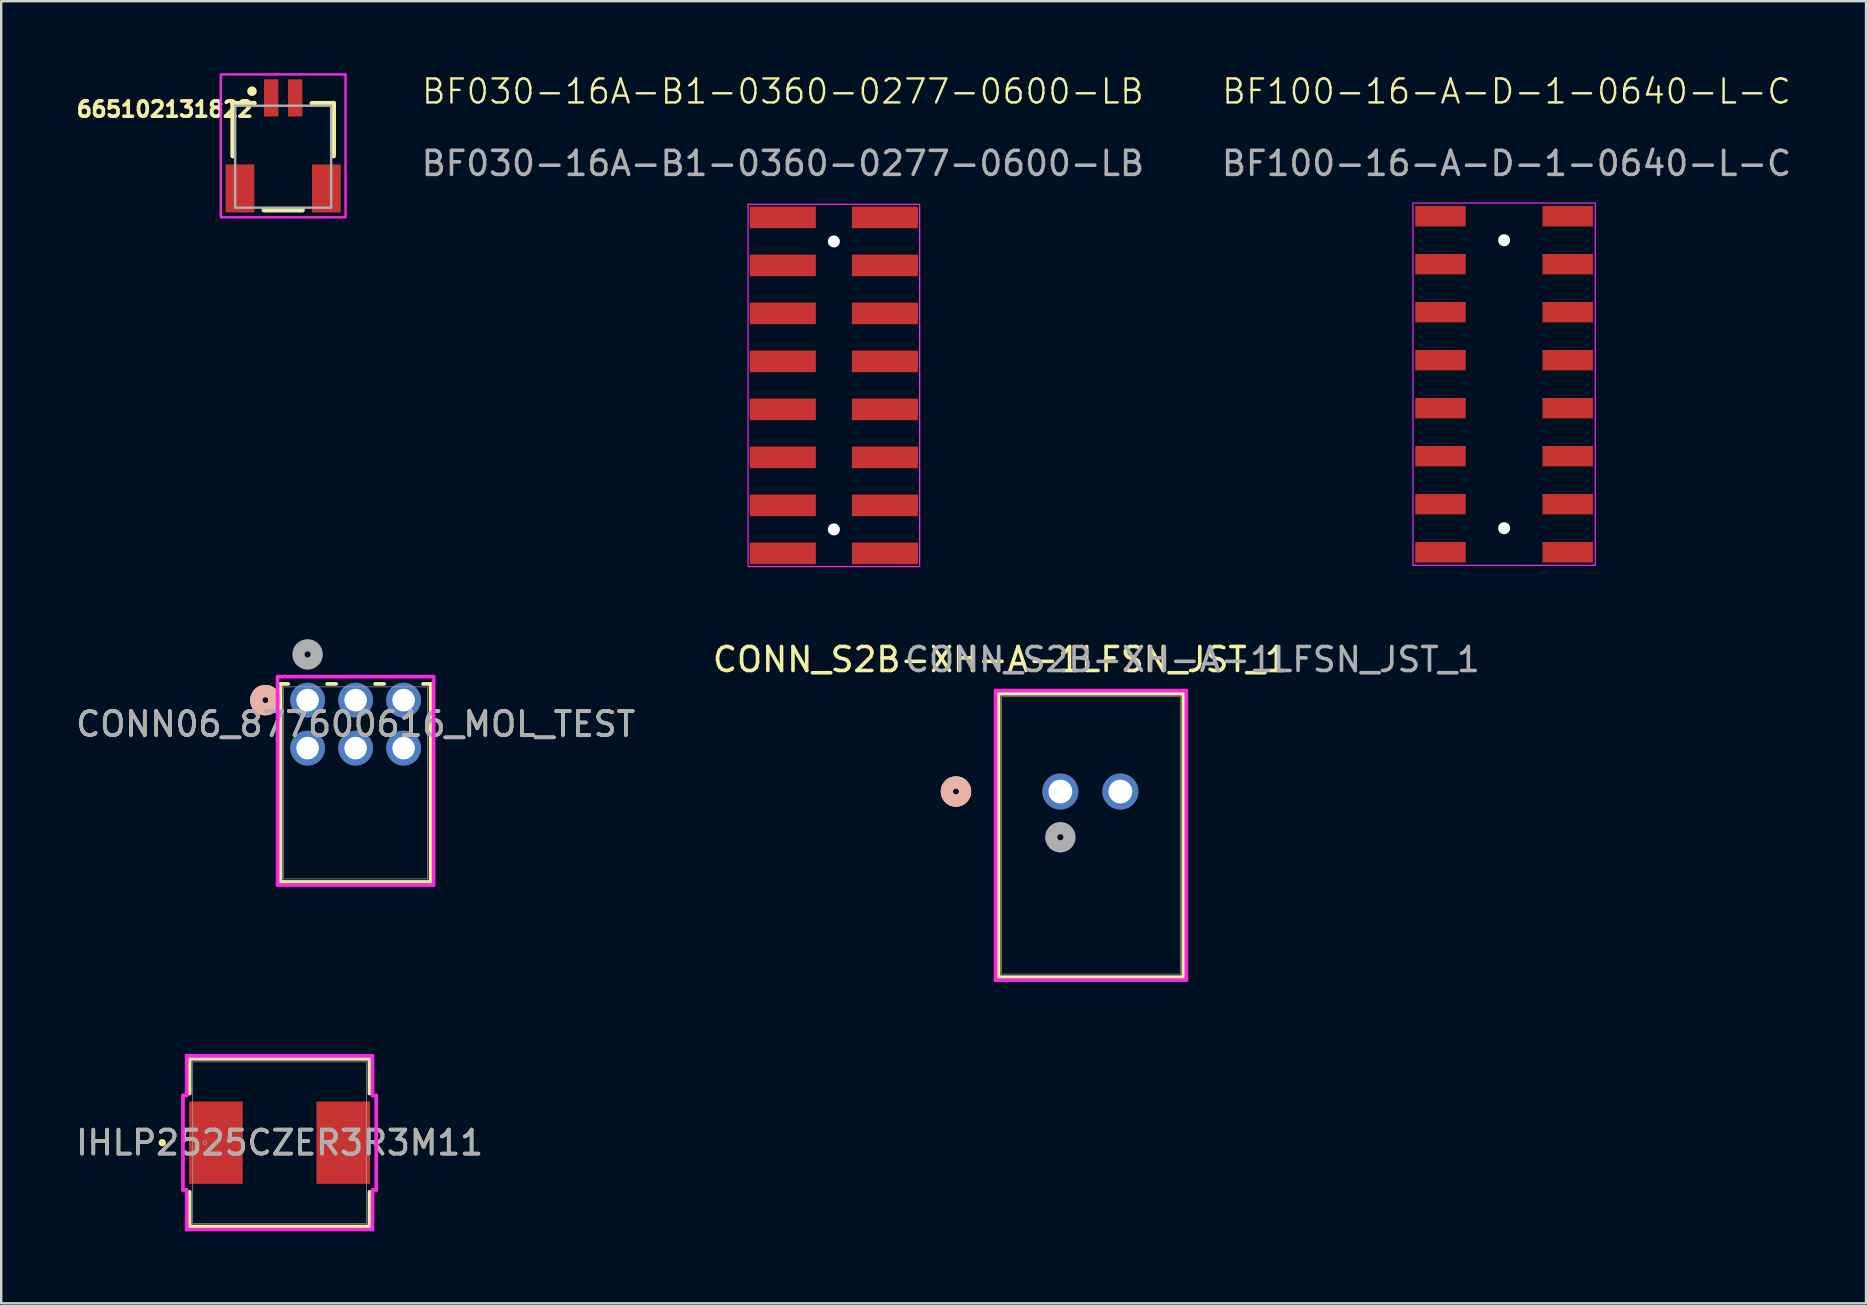
<source format=kicad_pcb>
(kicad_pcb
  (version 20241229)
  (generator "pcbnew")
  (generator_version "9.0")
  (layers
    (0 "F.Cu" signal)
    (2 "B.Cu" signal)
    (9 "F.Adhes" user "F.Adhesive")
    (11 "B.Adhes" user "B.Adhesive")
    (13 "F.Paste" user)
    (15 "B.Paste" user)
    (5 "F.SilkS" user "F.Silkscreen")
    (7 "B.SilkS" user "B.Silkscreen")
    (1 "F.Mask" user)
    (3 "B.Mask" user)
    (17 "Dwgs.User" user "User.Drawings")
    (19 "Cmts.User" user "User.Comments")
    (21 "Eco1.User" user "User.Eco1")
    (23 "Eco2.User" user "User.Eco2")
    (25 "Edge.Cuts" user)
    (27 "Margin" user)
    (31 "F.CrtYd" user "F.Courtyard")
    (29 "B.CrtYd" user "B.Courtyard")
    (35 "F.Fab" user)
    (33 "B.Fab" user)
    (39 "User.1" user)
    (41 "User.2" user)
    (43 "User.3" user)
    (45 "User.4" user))
  (footprint "665102131822"
    (layer "F.Cu")
    (at 8.75 2.95)
    (property "Reference" "665102131822" (at -4.932 -1.446 0) (layer "F.SilkS") (effects (font (size 0.64 0.64) (thickness 0.15))))
    (attr smd)
    (fp_line (start -2.1 -1.695) (end -2.1 0.5) (stroke (width 0.2) (type solid)) (layer "F.SilkS"))
    (fp_line (start -1.2 -1.695) (end -2.1 -1.695) (stroke (width 0.2) (type solid)) (layer "F.SilkS"))
    (fp_line (start -0.8 2.755) (end 0.8 2.755) (stroke (width 0.2) (type solid)) (layer "F.SilkS"))
    (fp_line (start 1.2 -1.695) (end 2.1 -1.695) (stroke (width 0.2) (type solid)) (layer "F.SilkS"))
    (fp_line (start 2.1 -1.695) (end 2.1 0.5) (stroke (width 0.2) (type solid)) (layer "F.SilkS"))
    (fp_circle (center -1.3 -2.2) (end -1.2 -2.2) (stroke (width 0.2) (type solid)) (fill no) (layer "F.SilkS"))
    (fp_poly (pts (xy -2.6 3.055) (xy 2.6 3.055) (xy 2.6 -2.9) (xy -2.6 -2.9)) (stroke (width 0.1) (type solid)) (fill no) (layer "F.CrtYd"))
    (fp_line (start -2 -1.595) (end 2 -1.595) (stroke (width 0.1) (type solid)) (layer "F.Fab"))
    (fp_line (start -2 2.655) (end -2 -1.595) (stroke (width 0.1) (type solid)) (layer "F.Fab"))
    (fp_line (start 2 -1.595) (end 2 2.655) (stroke (width 0.1) (type solid)) (layer "F.Fab"))
    (fp_line (start 2 2.655) (end -2 2.655) (stroke (width 0.1) (type solid)) (layer "F.Fab"))
    (pad "1" smd rect (at -0.5 -1.92) (size 0.6 1.55) (layers "F.Cu" "F.Mask" "F.Paste"))
    (pad "2" smd rect (at 0.5 -1.92) (size 0.6 1.55) (layers "F.Cu" "F.Mask" "F.Paste"))
    (pad "Z1" smd rect (at -1.8 1.855) (size 1.2 2) (layers "F.Cu" "F.Mask" "F.Paste"))
    (pad "Z2" smd rect (at 1.8 1.855) (size 1.2 2) (layers "F.Cu" "F.Mask" "F.Paste")))
  (footprint "BF030-16A-B1-0360-0277-0600-LB"
    (layer "F.Cu")
    (at 29.573 6.011)
    (property "Reference" "BF030-16A-B1-0360-0277-0600-LB" (at 0 -5.25 0) (unlocked yes) (layer "F.SilkS") (effects (font (size 1 1) (thickness 0.1))))
    (attr smd)
    (fp_rect (start -1.45 -0.55) (end 5.7 14.55) (stroke (width 0.05) (type default)) (fill no) (layer "F.CrtYd"))
    (fp_text user "${REFERENCE}" (at 0 -2.25 0) (unlocked yes) (layer "F.Fab") (effects (font (size 1 1) (thickness 0.15))))
    (pad "" np_thru_hole circle (at 2.125 1) (size 0.5 0.5) (drill 1.1) (layers "*.Cu" "*.Mask"))
    (pad "" np_thru_hole circle (at 2.125 13) (size 0.5 0.5) (drill 1.1) (layers "*.Cu" "*.Mask"))
    (pad "a1" smd rect (at 0 0) (size 2.75 0.9) (layers "F.Cu" "F.Mask" "F.Paste"))
    (pad "a2" smd rect (at 0 2) (size 2.75 0.9) (layers "F.Cu" "F.Mask" "F.Paste"))
    (pad "a3" smd rect (at 0 4) (size 2.75 0.9) (layers "F.Cu" "F.Mask" "F.Paste"))
    (pad "a4" smd rect (at 0 6) (size 2.75 0.9) (layers "F.Cu" "F.Mask" "F.Paste"))
    (pad "a5" smd rect (at 0 8) (size 2.75 0.9) (layers "F.Cu" "F.Mask" "F.Paste"))
    (pad "a6" smd rect (at 0 10) (size 2.75 0.9) (layers "F.Cu" "F.Mask" "F.Paste"))
    (pad "a7" smd rect (at 0 12) (size 2.75 0.9) (layers "F.Cu" "F.Mask" "F.Paste"))
    (pad "a8" smd rect (at 0 14) (size 2.75 0.9) (layers "F.Cu" "F.Mask" "F.Paste"))
    (pad "b1" smd rect (at 4.25 0) (size 2.75 0.9) (layers "F.Cu" "F.Mask" "F.Paste"))
    (pad "b2" smd rect (at 4.25 2) (size 2.75 0.9) (layers "F.Cu" "F.Mask" "F.Paste"))
    (pad "b3" smd rect (at 4.25 4) (size 2.75 0.9) (layers "F.Cu" "F.Mask" "F.Paste"))
    (pad "b4" smd rect (at 4.25 6) (size 2.75 0.9) (layers "F.Cu" "F.Mask" "F.Paste"))
    (pad "b5" smd rect (at 4.25 8) (size 2.75 0.9) (layers "F.Cu" "F.Mask" "F.Paste"))
    (pad "b6" smd rect (at 4.25 10) (size 2.75 0.9) (layers "F.Cu" "F.Mask" "F.Paste"))
    (pad "b7" smd rect (at 4.25 12) (size 2.75 0.9) (layers "F.Cu" "F.Mask" "F.Paste"))
    (pad "b8" smd rect (at 4.25 14) (size 2.75 0.9) (layers "F.Cu" "F.Mask" "F.Paste")))
  (footprint "BF100-16-A-D-1-0640-L-C"
    (layer "F.Cu")
    (at 56.978 5.96)
    (property "Reference" "BF100-16-A-D-1-0640-L-C" (at 2.75 -5.2 0) (unlocked yes) (layer "F.SilkS") (effects (font (size 1 1) (thickness 0.1))))
    (attr smd)
    (fp_rect (start -1.15 -0.55) (end 6.45 14.55) (stroke (width 0.05) (type default)) (fill no) (layer "F.CrtYd"))
    (fp_text user "${REFERENCE}" (at 2.75 -2.2 0) (unlocked yes) (layer "F.Fab") (effects (font (size 1 1) (thickness 0.15))))
    (pad "" np_thru_hole circle (at 2.65 1) (size 0.5 0.5) (drill 1.5) (layers "*.Cu" "*.Mask"))
    (pad "" np_thru_hole circle (at 2.65 13) (size 0.5 0.5) (drill 1.5) (layers "*.Cu" "*.Mask"))
    (pad "a1" smd rect (at 0 0) (size 2.1 0.85) (layers "F.Cu" "F.Mask" "F.Paste"))
    (pad "a2" smd rect (at 0 2) (size 2.1 0.85) (layers "F.Cu" "F.Mask" "F.Paste"))
    (pad "a3" smd rect (at 0 4) (size 2.1 0.85) (layers "F.Cu" "F.Mask" "F.Paste"))
    (pad "a4" smd rect (at 0 6) (size 2.1 0.85) (layers "F.Cu" "F.Mask" "F.Paste"))
    (pad "a5" smd rect (at 0 8) (size 2.1 0.85) (layers "F.Cu" "F.Mask" "F.Paste"))
    (pad "a6" smd rect (at 0 10) (size 2.1 0.85) (layers "F.Cu" "F.Mask" "F.Paste"))
    (pad "a7" smd rect (at 0 12) (size 2.1 0.85) (layers "F.Cu" "F.Mask" "F.Paste"))
    (pad "a8" smd rect (at 0 14) (size 2.1 0.85) (layers "F.Cu" "F.Mask" "F.Paste"))
    (pad "b1" smd rect (at 5.3 0) (size 2.1 0.85) (layers "F.Cu" "F.Mask" "F.Paste"))
    (pad "b2" smd rect (at 5.3 2) (size 2.1 0.85) (layers "F.Cu" "F.Mask" "F.Paste"))
    (pad "b3" smd rect (at 5.3 4) (size 2.1 0.85) (layers "F.Cu" "F.Mask" "F.Paste"))
    (pad "b4" smd rect (at 5.3 6) (size 2.1 0.85) (layers "F.Cu" "F.Mask" "F.Paste"))
    (pad "b5" smd rect (at 5.3 8) (size 2.1 0.85) (layers "F.Cu" "F.Mask" "F.Paste"))
    (pad "b6" smd rect (at 5.3 10) (size 2.1 0.85) (layers "F.Cu" "F.Mask" "F.Paste"))
    (pad "b7" smd rect (at 5.3 12) (size 2.1 0.85) (layers "F.Cu" "F.Mask" "F.Paste"))
    (pad "b8" smd rect (at 5.3 14) (size 2.1 0.85) (layers "F.Cu" "F.Mask" "F.Paste")))
  (footprint "CONN_S2B-XH-A-1LFSN_JST_1"
    (layer "F.Cu")
    (at 41.137 29.934)
    (property "Reference" "CONN_S2B-XH-A-1LFSN_JST_1" (at -2.5 -5.5 0) (unlocked yes) (layer "F.SilkS") (effects (font (size 1 1) (thickness 0.15))))
    (attr through_hole)
    (fp_line (start -2.573 -4.077) (end -2.573 7.734) (stroke (width 0.152) (type solid)) (layer "F.SilkS"))
    (fp_line (start -2.573 7.734) (end 5.123 7.734) (stroke (width 0.152) (type solid)) (layer "F.SilkS"))
    (fp_line (start 5.123 -4.077) (end -2.573 -4.077) (stroke (width 0.152) (type solid)) (layer "F.SilkS"))
    (fp_line (start 5.123 7.734) (end 5.123 -4.077) (stroke (width 0.152) (type solid)) (layer "F.SilkS"))
    (fp_circle (center -4.351 0) (end -3.97 0) (stroke (width 0.508) (type solid)) (fill no) (layer "F.SilkS"))
    (fp_circle (center -4.351 0) (end -3.97 0) (stroke (width 0.508) (type solid)) (fill no) (layer "B.SilkS"))
    (fp_line (start -2.7 -4.204) (end -2.7 7.861) (stroke (width 0.152) (type solid)) (layer "F.CrtYd"))
    (fp_line (start -2.7 7.861) (end 5.25 7.861) (stroke (width 0.152) (type solid)) (layer "F.CrtYd"))
    (fp_line (start 5.25 -4.204) (end -2.7 -4.204) (stroke (width 0.152) (type solid)) (layer "F.CrtYd"))
    (fp_line (start 5.25 7.861) (end 5.25 -4.204) (stroke (width 0.152) (type solid)) (layer "F.CrtYd"))
    (fp_line (start -2.446 -3.95) (end -2.446 7.607) (stroke (width 0.025) (type solid)) (layer "F.Fab"))
    (fp_line (start -2.446 7.607) (end 4.996 7.607) (stroke (width 0.025) (type solid)) (layer "F.Fab"))
    (fp_line (start 4.996 -3.95) (end -2.446 -3.95) (stroke (width 0.025) (type solid)) (layer "F.Fab"))
    (fp_line (start 4.996 7.607) (end 4.996 -3.95) (stroke (width 0.025) (type solid)) (layer "F.Fab"))
    (fp_circle (center 0 1.905) (end 0.381 1.905) (stroke (width 0.508) (type solid)) (fill no) (layer "F.Fab"))
    (fp_text user "${REFERENCE}" (at 5.5 -5.5 0) (unlocked yes) (layer "F.Fab") (effects (font (size 1 1) (thickness 0.15))))
    (pad "1" thru_hole circle (at 0 0) (size 1.499 1.499) (drill 0.991) (layers "*.Cu" "*.Mask"))
    (pad "2" thru_hole circle (at 2.5 0) (size 1.499 1.499) (drill 0.991) (layers "*.Cu" "*.Mask")))
  (footprint "IHLP2525CZER3R3M11"
    (layer "F.Cu")
    (at 8.601 44.567)
    (property "Reference" "IHLP2525CZER3R3M11" (at 0 0 0) (unlocked yes) (layer "F.SilkS") (effects (font (size 1 1) (thickness 0.15))))
    (attr smd)
    (fp_line (start -3.747 -3.493) (end -3.747 -2.047) (stroke (width 0.152) (type solid)) (layer "F.SilkS"))
    (fp_line (start -3.747 2.047) (end -3.747 3.493) (stroke (width 0.152) (type solid)) (layer "F.SilkS"))
    (fp_line (start -3.747 3.493) (end 3.747 3.493) (stroke (width 0.152) (type solid)) (layer "F.SilkS"))
    (fp_line (start 3.747 -3.493) (end -3.747 -3.493) (stroke (width 0.152) (type solid)) (layer "F.SilkS"))
    (fp_line (start 3.747 -2.047) (end 3.747 -3.493) (stroke (width 0.152) (type solid)) (layer "F.SilkS"))
    (fp_line (start 3.747 3.493) (end 3.747 2.047) (stroke (width 0.152) (type solid)) (layer "F.SilkS"))
    (fp_circle (center -4.889 0) (end -4.813 0) (stroke (width 0.152) (type solid)) (fill no) (layer "F.SilkS"))
    (fp_line (start -4.026 -1.968) (end -3.873 -1.968) (stroke (width 0.152) (type solid)) (layer "F.CrtYd"))
    (fp_line (start -4.026 1.968) (end -4.026 -1.968) (stroke (width 0.152) (type solid)) (layer "F.CrtYd"))
    (fp_line (start -3.873 -3.619) (end 3.873 -3.619) (stroke (width 0.152) (type solid)) (layer "F.CrtYd"))
    (fp_line (start -3.873 -1.968) (end -3.873 -3.619) (stroke (width 0.152) (type solid)) (layer "F.CrtYd"))
    (fp_line (start -3.873 1.968) (end -4.026 1.968) (stroke (width 0.152) (type solid)) (layer "F.CrtYd"))
    (fp_line (start -3.873 3.619) (end -3.873 1.968) (stroke (width 0.152) (type solid)) (layer "F.CrtYd"))
    (fp_line (start 3.873 -3.619) (end 3.873 -1.968) (stroke (width 0.152) (type solid)) (layer "F.CrtYd"))
    (fp_line (start 3.873 -1.968) (end 4.026 -1.968) (stroke (width 0.152) (type solid)) (layer "F.CrtYd"))
    (fp_line (start 3.873 1.968) (end 3.873 3.619) (stroke (width 0.152) (type solid)) (layer "F.CrtYd"))
    (fp_line (start 3.873 3.619) (end -3.873 3.619) (stroke (width 0.152) (type solid)) (layer "F.CrtYd"))
    (fp_line (start 4.026 -1.968) (end 4.026 1.968) (stroke (width 0.152) (type solid)) (layer "F.CrtYd"))
    (fp_line (start 4.026 1.968) (end 3.873 1.968) (stroke (width 0.152) (type solid)) (layer "F.CrtYd"))
    (fp_line (start -3.619 -3.365) (end -3.619 3.365) (stroke (width 0.025) (type solid)) (layer "F.Fab"))
    (fp_line (start -3.619 3.365) (end 3.619 3.365) (stroke (width 0.025) (type solid)) (layer "F.Fab"))
    (fp_line (start 3.619 -3.365) (end -3.619 -3.365) (stroke (width 0.025) (type solid)) (layer "F.Fab"))
    (fp_line (start 3.619 3.365) (end 3.619 -3.365) (stroke (width 0.025) (type solid)) (layer "F.Fab"))
    (fp_circle (center -3.111 0) (end -3.035 0) (stroke (width 0.025) (type solid)) (fill no) (layer "F.Fab"))
    (fp_text user "${REFERENCE}" (at 0 0 0) (unlocked yes) (layer "F.Fab") (effects (font (size 1 1) (thickness 0.15))))
    (pad "1" smd rect (at -2.654 0 90) (size 3.429 2.235) (layers "F.Cu" "F.Mask" "F.Paste"))
    (pad "2" smd rect (at 2.654 0 90) (size 3.429 2.235) (layers "F.Cu" "F.Mask" "F.Paste"))
    (zone (net_name "") (layer "F.Cu") (hatch full 0.508) (connect_pads) (min_thickness 0.254) (filled_areas_thickness no) (keepout (tracks not_allowed) (vias not_allowed) (pads allowed) (copperpour not_allowed) (footprints allowed)) (placement (enabled no)) (fill) (polygon (pts (xy 5.032 41.252) (xy 12.17 41.252) (xy 12.17 42.801) (xy 5.032 42.801))))
    (zone (net_name "") (layer "F.Cu") (hatch full 0.508) (connect_pads) (min_thickness 0.254) (filled_areas_thickness no) (keepout (tracks not_allowed) (vias not_allowed) (pads allowed) (copperpour not_allowed) (footprints allowed)) (placement (enabled no)) (fill) (polygon (pts (xy 5.032 46.332) (xy 12.17 46.332) (xy 12.17 47.881) (xy 5.032 47.881))))
    (zone (net_name "") (layer "F.Cu") (hatch full 0.508) (connect_pads) (min_thickness 0.254) (filled_areas_thickness no) (keepout (tracks not_allowed) (vias not_allowed) (pads allowed) (copperpour not_allowed) (footprints allowed)) (placement (enabled no)) (fill) (polygon (pts (xy 7.115 42.801) (xy 10.087 42.801) (xy 10.087 46.332) (xy 7.115 46.332)))))
  (footprint "CONN06_877600616_MOL_TEST"
    (layer "F.Cu")
    (at 9.768 26.125)
    (property "Reference" "CONN06_877600616_MOL_TEST" (at 2 1 0) (unlocked yes) (layer "F.SilkS") (effects (font (size 1 1) (thickness 0.15))))
    (attr through_hole)
    (fp_line (start -1.124 -0.677) (end -1.124 7.578) (stroke (width 0.152) (type solid)) (layer "F.SilkS"))
    (fp_line (start -1.124 7.578) (end 5.124 7.578) (stroke (width 0.152) (type solid)) (layer "F.SilkS"))
    (fp_line (start -0.811 -0.677) (end -1.124 -0.677) (stroke (width 0.152) (type solid)) (layer "F.SilkS"))
    (fp_line (start 1.189 -0.677) (end 0.811 -0.677) (stroke (width 0.152) (type solid)) (layer "F.SilkS"))
    (fp_line (start 3.189 -0.677) (end 2.811 -0.677) (stroke (width 0.152) (type solid)) (layer "F.SilkS"))
    (fp_line (start 5.124 -0.677) (end 4.811 -0.677) (stroke (width 0.152) (type solid)) (layer "F.SilkS"))
    (fp_line (start 5.124 7.578) (end 5.124 -0.677) (stroke (width 0.152) (type solid)) (layer "F.SilkS"))
    (fp_circle (center -1.759 0) (end -1.378 0) (stroke (width 0.508) (type solid)) (fill no) (layer "F.SilkS"))
    (fp_circle (center -1.759 0) (end -1.378 0) (stroke (width 0.508) (type solid)) (fill no) (layer "B.SilkS"))
    (fp_line (start -1.251 -0.978) (end -1.251 7.705) (stroke (width 0.152) (type solid)) (layer "F.CrtYd"))
    (fp_line (start -1.251 7.705) (end 5.251 7.705) (stroke (width 0.152) (type solid)) (layer "F.CrtYd"))
    (fp_line (start 5.251 -0.978) (end -1.251 -0.978) (stroke (width 0.152) (type solid)) (layer "F.CrtYd"))
    (fp_line (start 5.251 7.705) (end 5.251 -0.978) (stroke (width 0.152) (type solid)) (layer "F.CrtYd"))
    (fp_line (start -0.997 -0.55) (end -0.997 7.451) (stroke (width 0.025) (type solid)) (layer "F.Fab"))
    (fp_line (start -0.997 7.451) (end 4.997 7.451) (stroke (width 0.025) (type solid)) (layer "F.Fab"))
    (fp_line (start 4.997 -0.55) (end -0.997 -0.55) (stroke (width 0.025) (type solid)) (layer "F.Fab"))
    (fp_line (start 4.997 7.451) (end 4.997 -0.55) (stroke (width 0.025) (type solid)) (layer "F.Fab"))
    (fp_circle (center 0 -1.905) (end 0.381 -1.905) (stroke (width 0.508) (type solid)) (fill no) (layer "F.Fab"))
    (fp_text user "${REFERENCE}" (at 2 1 0) (unlocked yes) (layer "F.Fab") (effects (font (size 1 1) (thickness 0.15))))
    (pad "1" thru_hole circle (at 0 0) (size 1.448 1.448) (drill 0.94) (layers "*.Cu" "*.Mask"))
    (pad "2" thru_hole circle (at 0 2) (size 1.448 1.448) (drill 0.94) (layers "*.Cu" "*.Mask"))
    (pad "3" thru_hole circle (at 2 0) (size 1.448 1.448) (drill 0.94) (layers "*.Cu" "*.Mask"))
    (pad "4" thru_hole circle (at 2 2) (size 1.448 1.448) (drill 0.94) (layers "*.Cu" "*.Mask"))
    (pad "5" thru_hole circle (at 4 0) (size 1.448 1.448) (drill 0.94) (layers "*.Cu" "*.Mask"))
    (pad "6" thru_hole circle (at 4 2) (size 1.448 1.448) (drill 0.94) (layers "*.Cu" "*.Mask")))
  (gr_rect
    (start -3 -3)
    (end 74.71 51.262)
    (stroke (width 0.1) (type default))
    (fill no)
    (layer "Edge.Cuts")))
</source>
